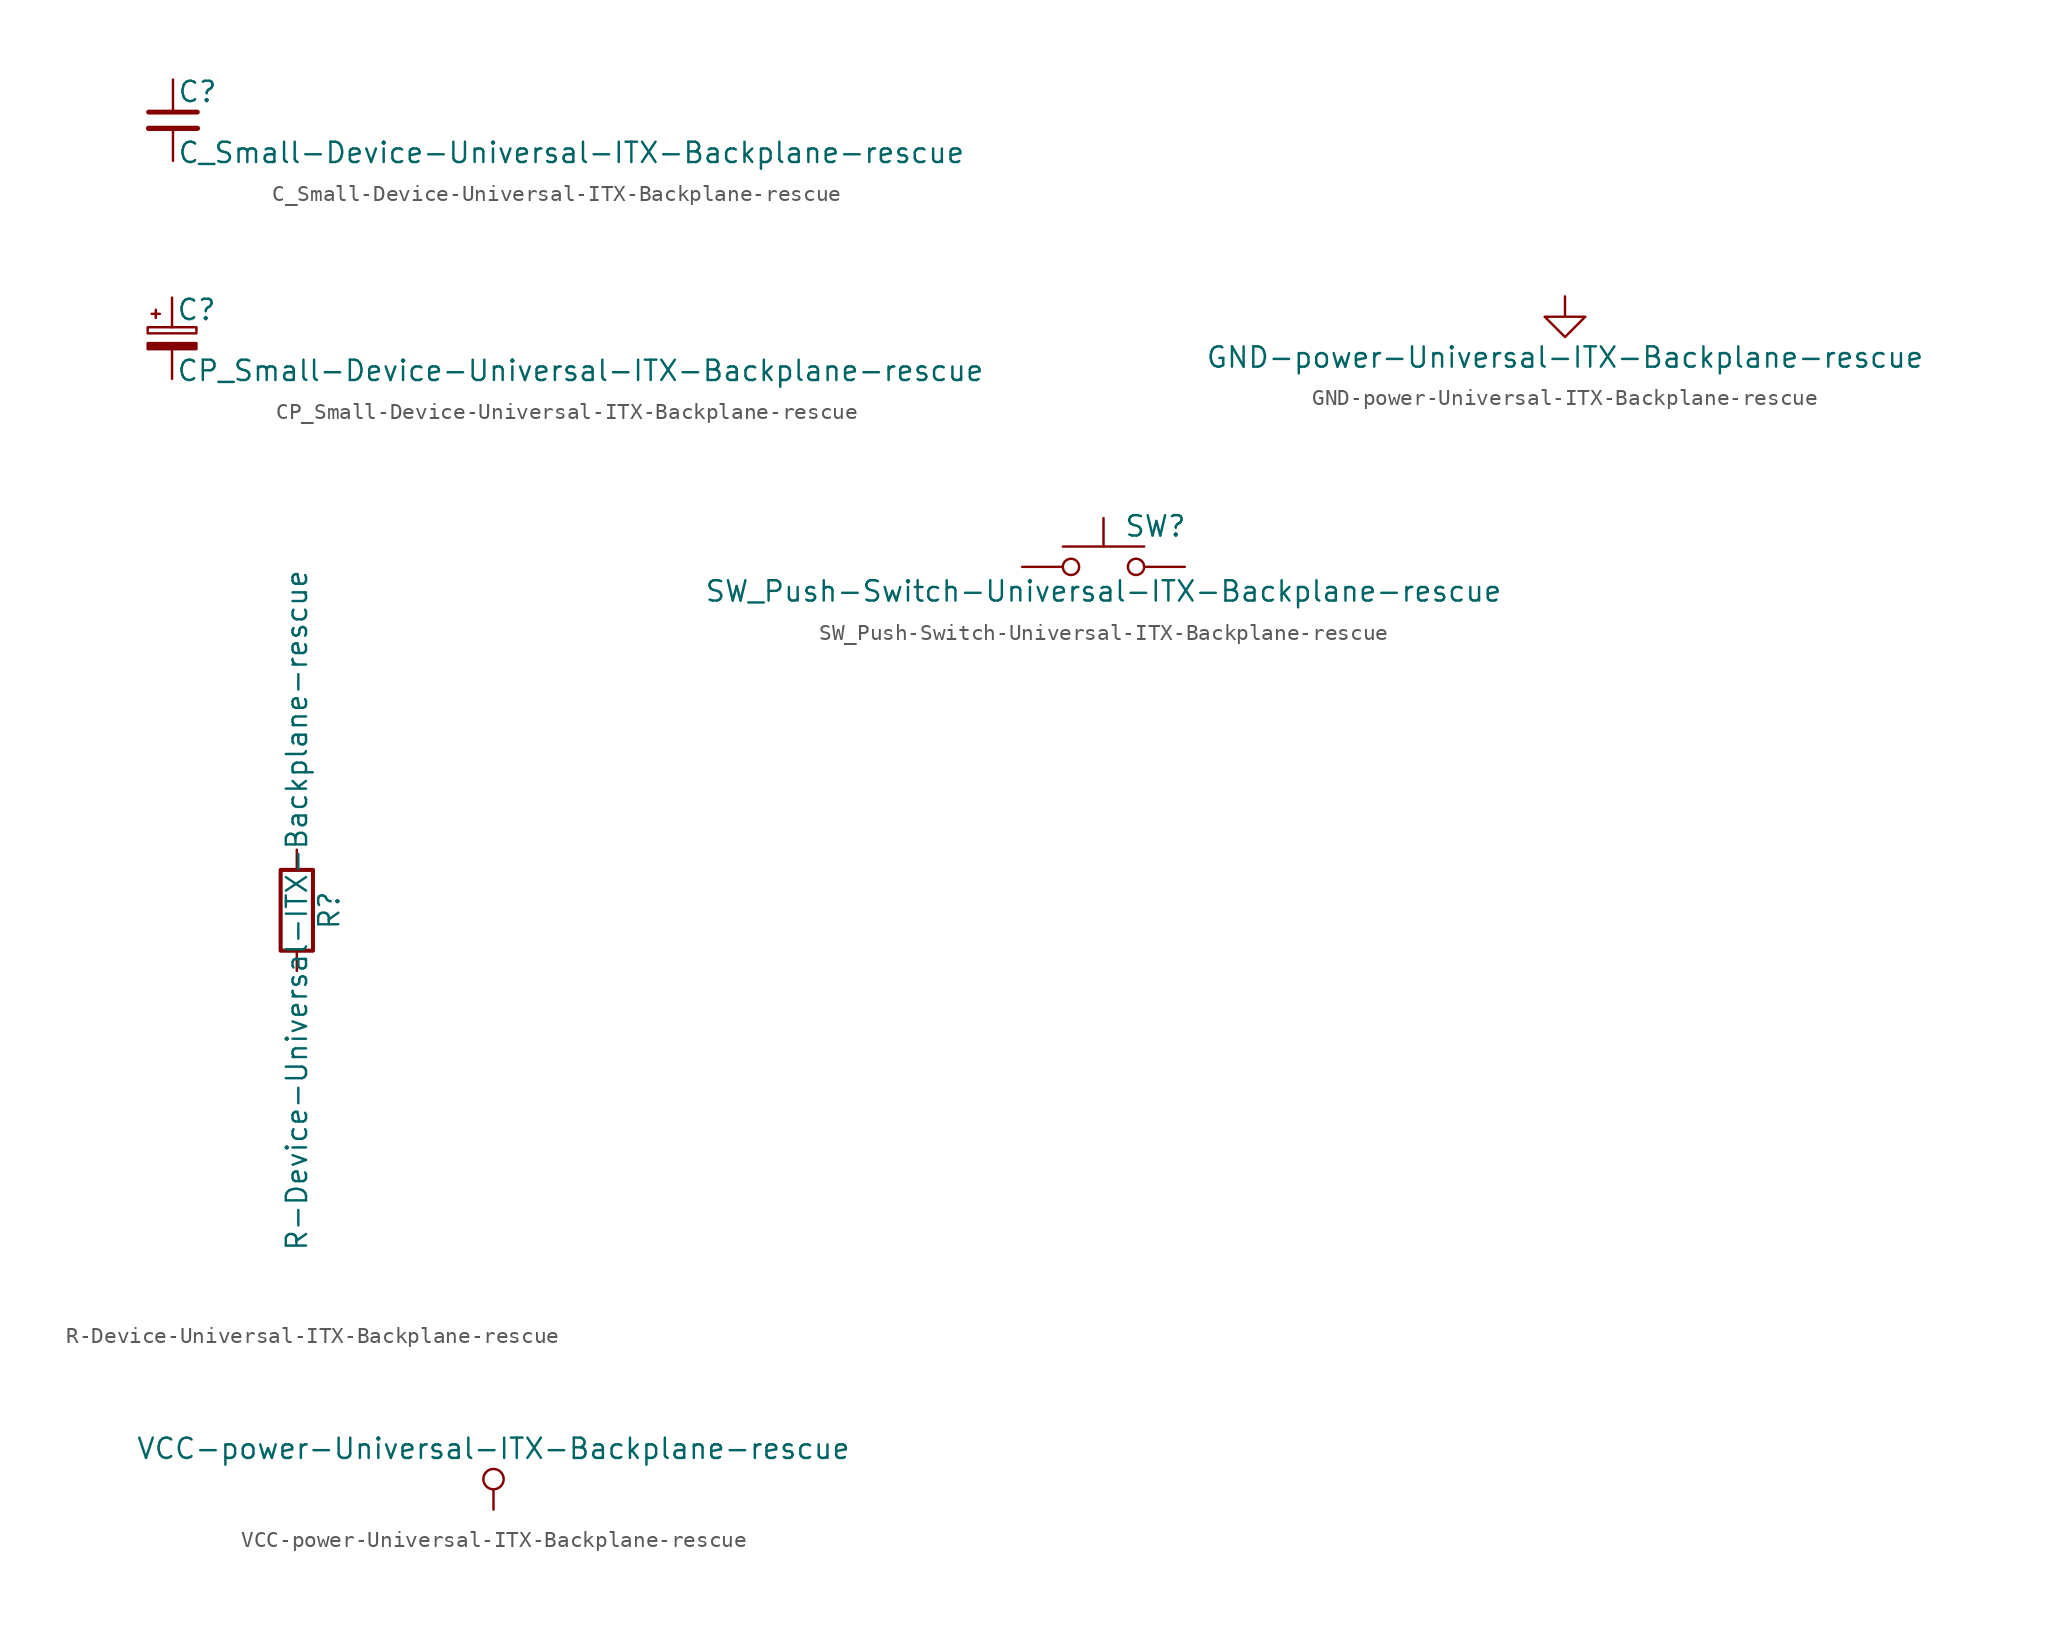
<source format=kicad_sym>
(kicad_symbol_lib
  (version 20211014)
  (generator kicad_symbol_editor)
  (symbol "C_Small-Device-Universal-ITX-Backplane-rescue"
    (pin_numbers hide)
    (pin_names
      (offset 0.254) hide)
    (property "Reference" "C"
      (at 0.254 1.778 0)
      (effects (font (size 1.27 1.27)) (justify left)))
    (property "Value" "C_Small-Device-Universal-ITX-Backplane-rescue"
      (at 0.254 -2.032 0)
      (effects (font (size 1.27 1.27)) (justify left)))
    (symbol "C_Small-Device-Universal-ITX-Backplane-rescue_0_1"
      (polyline (pts (xy -1.524 -0.508) (xy 1.524 -0.508)) (stroke (width 0.33) (type default) (color 0 0 0 0)) (fill (type none)))
      (polyline (pts (xy -1.524 0.508) (xy 1.524 0.508)) (stroke (width 0.305) (type default) (color 0 0 0 0)) (fill (type none))))
    (symbol "C_Small-Device-Universal-ITX-Backplane-rescue_1_1"
      (pin passive line (at 0 2.54 270) (length 2.032) (name "~" (effects (font (size 1.27 1.27)))) (number "1" (effects (font (size 1.27 1.27)))))
      (pin passive line (at 0 -2.54 90) (length 2.032) (name "~" (effects (font (size 1.27 1.27)))) (number "2" (effects (font (size 1.27 1.27)))))))
  (symbol "CP_Small-Device-Universal-ITX-Backplane-rescue"
    (pin_numbers hide)
    (pin_names
      (offset 0.254) hide)
    (property "Reference" "C"
      (at 0.254 1.778 0)
      (effects (font (size 1.27 1.27)) (justify left)))
    (property "Value" "CP_Small-Device-Universal-ITX-Backplane-rescue"
      (at 0.254 -2.032 0)
      (effects (font (size 1.27 1.27)) (justify left)))
    (symbol "CP_Small-Device-Universal-ITX-Backplane-rescue_0_1"
      (rectangle (start -1.524 -0.305) (end 1.524 -0.686) (stroke (width 0) (type default) (color 0 0 0 0)) (fill (type outline)))
      (rectangle (start -1.524 0.686) (end 1.524 0.305) (stroke (width 0) (type default) (color 0 0 0 0)) (fill (type none)))
      (polyline (pts (xy -1.27 1.524) (xy -0.762 1.524)) (stroke (width 0) (type default) (color 0 0 0 0)) (fill (type none)))
      (polyline (pts (xy -1.016 1.27) (xy -1.016 1.778)) (stroke (width 0) (type default) (color 0 0 0 0)) (fill (type none))))
    (symbol "CP_Small-Device-Universal-ITX-Backplane-rescue_1_1"
      (pin passive line (at 0 2.54 270) (length 1.854) (name "~" (effects (font (size 1.27 1.27)))) (number "1" (effects (font (size 1.27 1.27)))))
      (pin passive line (at 0 -2.54 90) (length 1.854) (name "~" (effects (font (size 1.27 1.27)))) (number "2" (effects (font (size 1.27 1.27)))))))
  (symbol "GND-power-Universal-ITX-Backplane-rescue"
    (power)
    (pin_names
      (offset 0))
    (property "Reference" "#PWR"
      (at 0 -6.35 0)
      (effects (font (size 1.27 1.27)) hide))
    (property "Value" "GND-power-Universal-ITX-Backplane-rescue"
      (at 0 -3.81 0)
      (effects (font (size 1.27 1.27))))
    (symbol "GND-power-Universal-ITX-Backplane-rescue_0_1"
      (polyline (pts (xy 0 0) (xy 0 -1.27) (xy 1.27 -1.27) (xy 0 -2.54) (xy -1.27 -1.27) (xy 0 -1.27)) (stroke (width 0) (type default) (color 0 0 0 0)) (fill (type none))))
    (symbol "GND-power-Universal-ITX-Backplane-rescue_1_1"
      (pin power_in line (at 0 0 270) (length 0) hide (name "GND" (effects (font (size 1.27 1.27)))) (number "1" (effects (font (size 1.27 1.27)))))))
  (symbol "R-Device-Universal-ITX-Backplane-rescue"
    (pin_numbers hide)
    (pin_names
      (offset 0))
    (property "Reference" "R"
      (at 2.032 0 90)
      (effects (font (size 1.27 1.27))))
    (property "Value" "R-Device-Universal-ITX-Backplane-rescue"
      (at 0 0 90)
      (effects (font (size 1.27 1.27))))
    (symbol "R-Device-Universal-ITX-Backplane-rescue_0_1"
      (rectangle (start -1.016 -2.54) (end 1.016 2.54) (stroke (width 0.254) (type default) (color 0 0 0 0)) (fill (type none))))
    (symbol "R-Device-Universal-ITX-Backplane-rescue_1_1"
      (pin passive line (at 0 3.81 270) (length 1.27) (name "~" (effects (font (size 1.27 1.27)))) (number "1" (effects (font (size 1.27 1.27)))))
      (pin passive line (at 0 -3.81 90) (length 1.27) (name "~" (effects (font (size 1.27 1.27)))) (number "2" (effects (font (size 1.27 1.27)))))))
  (symbol "SW_Push-Switch-Universal-ITX-Backplane-rescue"
    (pin_numbers hide)
    (pin_names
      (offset 1.016) hide)
    (property "Reference" "SW"
      (at 1.27 2.54 0)
      (effects (font (size 1.27 1.27)) (justify left)))
    (property "Value" "SW_Push-Switch-Universal-ITX-Backplane-rescue"
      (at 0 -1.524 0)
      (effects (font (size 1.27 1.27))))
    (symbol "SW_Push-Switch-Universal-ITX-Backplane-rescue_0_1"
      (circle (center -2.032 0) (radius 0.508) (stroke (width 0) (type default) (color 0 0 0 0)) (fill (type none)))
      (polyline (pts (xy 0 1.27) (xy 0 3.048)) (stroke (width 0) (type default) (color 0 0 0 0)) (fill (type none)))
      (polyline (pts (xy 2.54 1.27) (xy -2.54 1.27)) (stroke (width 0) (type default) (color 0 0 0 0)) (fill (type none)))
      (circle (center 2.032 0) (radius 0.508) (stroke (width 0) (type default) (color 0 0 0 0)) (fill (type none)))
      (pin passive line (at -5.08 0 0) (length 2.54) (name "1" (effects (font (size 1.27 1.27)))) (number "1" (effects (font (size 1.27 1.27)))))
      (pin passive line (at 5.08 0 180) (length 2.54) (name "2" (effects (font (size 1.27 1.27)))) (number "2" (effects (font (size 1.27 1.27)))))))
  (symbol "VCC-power-Universal-ITX-Backplane-rescue"
    (power)
    (pin_names
      (offset 0))
    (property "Reference" "#PWR"
      (at 0 -3.81 0)
      (effects (font (size 1.27 1.27)) hide))
    (property "Value" "VCC-power-Universal-ITX-Backplane-rescue"
      (at 0 3.81 0)
      (effects (font (size 1.27 1.27))))
    (symbol "VCC-power-Universal-ITX-Backplane-rescue_0_1"
      (polyline (pts (xy 0 0) (xy 0 1.27)) (stroke (width 0) (type default) (color 0 0 0 0)) (fill (type none)))
      (circle (center 0 1.905) (radius 0.635) (stroke (width 0) (type default) (color 0 0 0 0)) (fill (type none))))
    (symbol "VCC-power-Universal-ITX-Backplane-rescue_1_1"
      (pin power_in line (at 0 0 90) (length 0) hide (name "VCC" (effects (font (size 1.27 1.27)))) (number "1" (effects (font (size 1.27 1.27))))))))
</source>
